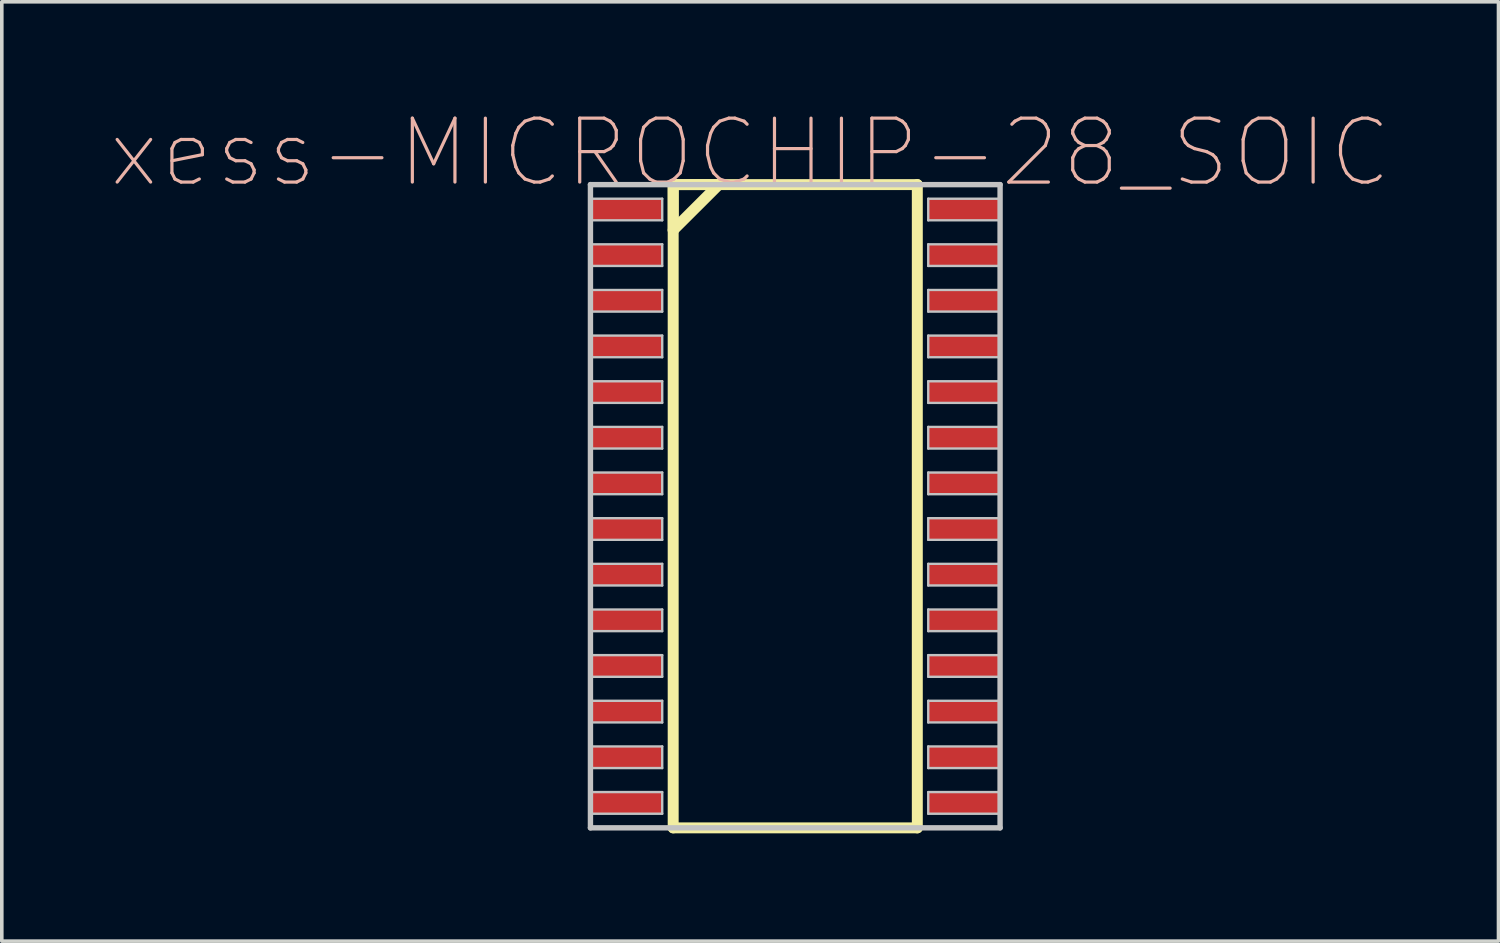
<source format=kicad_pcb>
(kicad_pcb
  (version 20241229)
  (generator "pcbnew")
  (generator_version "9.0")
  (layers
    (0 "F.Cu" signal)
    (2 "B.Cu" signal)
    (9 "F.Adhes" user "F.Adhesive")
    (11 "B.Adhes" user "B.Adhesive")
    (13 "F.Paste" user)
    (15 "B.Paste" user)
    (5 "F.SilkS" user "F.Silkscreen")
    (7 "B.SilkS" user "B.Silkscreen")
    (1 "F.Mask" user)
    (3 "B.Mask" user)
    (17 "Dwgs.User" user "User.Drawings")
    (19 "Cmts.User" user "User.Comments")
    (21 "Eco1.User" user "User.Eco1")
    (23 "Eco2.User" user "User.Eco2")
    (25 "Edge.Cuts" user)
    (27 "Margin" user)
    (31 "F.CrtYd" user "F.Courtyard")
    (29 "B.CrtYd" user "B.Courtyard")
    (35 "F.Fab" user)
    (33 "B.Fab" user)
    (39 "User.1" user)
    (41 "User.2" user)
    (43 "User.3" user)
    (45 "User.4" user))
  (footprint "xess-MICROCHIP-28_SOIC"
    (layer "F.Cu")
    (at 14.876 2.779)
    (property "Reference" "xess-MICROCHIP-28_SOIC" (at 2.944 -1.582 0) (layer "B.SilkS") (effects (font (size 1.778 1.778) (thickness 0.089))))
    (attr smd)
    (fp_line (start 0.803 -0.693) (end 0.803 0.574) (stroke (width 0.305) (type solid)) (layer "F.SilkS"))
    (fp_line (start 0.803 -0.693) (end 0.803 17.203) (stroke (width 0.305) (type solid)) (layer "F.SilkS"))
    (fp_line (start 0.803 0.574) (end 2.073 -0.693) (stroke (width 0.305) (type solid)) (layer "F.SilkS"))
    (fp_line (start 0.803 17.203) (end 7.595 17.203) (stroke (width 0.305) (type solid)) (layer "F.SilkS"))
    (fp_line (start 2.073 -0.693) (end 0.803 -0.693) (stroke (width 0.305) (type solid)) (layer "F.SilkS"))
    (fp_line (start 7.595 -0.693) (end 0.803 -0.693) (stroke (width 0.305) (type solid)) (layer "F.SilkS"))
    (fp_line (start 7.595 17.203) (end 7.595 -0.693) (stroke (width 0.305) (type solid)) (layer "F.SilkS"))
    (fp_line (start -1.499 -0.693) (end -1.499 17.203) (stroke (width 0.15) (type solid)) (layer "Dwgs.User"))
    (fp_line (start -1.499 -0.3) (end 0.498 -0.3) (stroke (width 0.066) (type solid)) (layer "Dwgs.User"))
    (fp_line (start -1.499 0.3) (end -1.499 -0.3) (stroke (width 0.066) (type solid)) (layer "Dwgs.User"))
    (fp_line (start -1.499 0.3) (end 0.498 0.3) (stroke (width 0.066) (type solid)) (layer "Dwgs.User"))
    (fp_line (start -1.499 0.968) (end 0.498 0.968) (stroke (width 0.066) (type solid)) (layer "Dwgs.User"))
    (fp_line (start -1.499 1.57) (end -1.499 0.968) (stroke (width 0.066) (type solid)) (layer "Dwgs.User"))
    (fp_line (start -1.499 1.57) (end 0.498 1.57) (stroke (width 0.066) (type solid)) (layer "Dwgs.User"))
    (fp_line (start -1.499 2.238) (end 0.498 2.238) (stroke (width 0.066) (type solid)) (layer "Dwgs.User"))
    (fp_line (start -1.499 2.84) (end -1.499 2.238) (stroke (width 0.066) (type solid)) (layer "Dwgs.User"))
    (fp_line (start -1.499 2.84) (end 0.498 2.84) (stroke (width 0.066) (type solid)) (layer "Dwgs.User"))
    (fp_line (start -1.499 3.508) (end 0.498 3.508) (stroke (width 0.066) (type solid)) (layer "Dwgs.User"))
    (fp_line (start -1.499 4.11) (end -1.499 3.508) (stroke (width 0.066) (type solid)) (layer "Dwgs.User"))
    (fp_line (start -1.499 4.11) (end 0.498 4.11) (stroke (width 0.066) (type solid)) (layer "Dwgs.User"))
    (fp_line (start -1.499 4.778) (end 0.498 4.778) (stroke (width 0.066) (type solid)) (layer "Dwgs.User"))
    (fp_line (start -1.499 5.38) (end -1.499 4.778) (stroke (width 0.066) (type solid)) (layer "Dwgs.User"))
    (fp_line (start -1.499 5.38) (end 0.498 5.38) (stroke (width 0.066) (type solid)) (layer "Dwgs.User"))
    (fp_line (start -1.499 6.048) (end 0.498 6.048) (stroke (width 0.066) (type solid)) (layer "Dwgs.User"))
    (fp_line (start -1.499 6.65) (end -1.499 6.048) (stroke (width 0.066) (type solid)) (layer "Dwgs.User"))
    (fp_line (start -1.499 6.65) (end 0.498 6.65) (stroke (width 0.066) (type solid)) (layer "Dwgs.User"))
    (fp_line (start -1.499 7.318) (end 0.498 7.318) (stroke (width 0.066) (type solid)) (layer "Dwgs.User"))
    (fp_line (start -1.499 7.92) (end -1.499 7.318) (stroke (width 0.066) (type solid)) (layer "Dwgs.User"))
    (fp_line (start -1.499 7.92) (end 0.498 7.92) (stroke (width 0.066) (type solid)) (layer "Dwgs.User"))
    (fp_line (start -1.499 8.588) (end 0.498 8.588) (stroke (width 0.066) (type solid)) (layer "Dwgs.User"))
    (fp_line (start -1.499 9.19) (end -1.499 8.588) (stroke (width 0.066) (type solid)) (layer "Dwgs.User"))
    (fp_line (start -1.499 9.19) (end 0.498 9.19) (stroke (width 0.066) (type solid)) (layer "Dwgs.User"))
    (fp_line (start -1.499 9.858) (end 0.498 9.858) (stroke (width 0.066) (type solid)) (layer "Dwgs.User"))
    (fp_line (start -1.499 10.46) (end -1.499 9.858) (stroke (width 0.066) (type solid)) (layer "Dwgs.User"))
    (fp_line (start -1.499 10.46) (end 0.498 10.46) (stroke (width 0.066) (type solid)) (layer "Dwgs.User"))
    (fp_line (start -1.499 11.128) (end 0.498 11.128) (stroke (width 0.066) (type solid)) (layer "Dwgs.User"))
    (fp_line (start -1.499 11.73) (end -1.499 11.128) (stroke (width 0.066) (type solid)) (layer "Dwgs.User"))
    (fp_line (start -1.499 11.73) (end 0.498 11.73) (stroke (width 0.066) (type solid)) (layer "Dwgs.User"))
    (fp_line (start -1.499 12.398) (end 0.498 12.398) (stroke (width 0.066) (type solid)) (layer "Dwgs.User"))
    (fp_line (start -1.499 13) (end -1.499 12.398) (stroke (width 0.066) (type solid)) (layer "Dwgs.User"))
    (fp_line (start -1.499 13) (end 0.498 13) (stroke (width 0.066) (type solid)) (layer "Dwgs.User"))
    (fp_line (start -1.499 13.668) (end 0.498 13.668) (stroke (width 0.066) (type solid)) (layer "Dwgs.User"))
    (fp_line (start -1.499 14.27) (end -1.499 13.668) (stroke (width 0.066) (type solid)) (layer "Dwgs.User"))
    (fp_line (start -1.499 14.27) (end 0.498 14.27) (stroke (width 0.066) (type solid)) (layer "Dwgs.User"))
    (fp_line (start -1.499 14.938) (end 0.498 14.938) (stroke (width 0.066) (type solid)) (layer "Dwgs.User"))
    (fp_line (start -1.499 15.54) (end -1.499 14.938) (stroke (width 0.066) (type solid)) (layer "Dwgs.User"))
    (fp_line (start -1.499 15.54) (end 0.498 15.54) (stroke (width 0.066) (type solid)) (layer "Dwgs.User"))
    (fp_line (start -1.499 16.208) (end 0.498 16.208) (stroke (width 0.066) (type solid)) (layer "Dwgs.User"))
    (fp_line (start -1.499 16.81) (end -1.499 16.208) (stroke (width 0.066) (type solid)) (layer "Dwgs.User"))
    (fp_line (start -1.499 16.81) (end 0.498 16.81) (stroke (width 0.066) (type solid)) (layer "Dwgs.User"))
    (fp_line (start -1.499 17.203) (end 9.898 17.203) (stroke (width 0.15) (type solid)) (layer "Dwgs.User"))
    (fp_line (start 0.498 0.3) (end 0.498 -0.3) (stroke (width 0.066) (type solid)) (layer "Dwgs.User"))
    (fp_line (start 0.498 1.57) (end 0.498 0.968) (stroke (width 0.066) (type solid)) (layer "Dwgs.User"))
    (fp_line (start 0.498 2.84) (end 0.498 2.238) (stroke (width 0.066) (type solid)) (layer "Dwgs.User"))
    (fp_line (start 0.498 4.11) (end 0.498 3.508) (stroke (width 0.066) (type solid)) (layer "Dwgs.User"))
    (fp_line (start 0.498 5.38) (end 0.498 4.778) (stroke (width 0.066) (type solid)) (layer "Dwgs.User"))
    (fp_line (start 0.498 6.65) (end 0.498 6.048) (stroke (width 0.066) (type solid)) (layer "Dwgs.User"))
    (fp_line (start 0.498 7.92) (end 0.498 7.318) (stroke (width 0.066) (type solid)) (layer "Dwgs.User"))
    (fp_line (start 0.498 9.19) (end 0.498 8.588) (stroke (width 0.066) (type solid)) (layer "Dwgs.User"))
    (fp_line (start 0.498 10.46) (end 0.498 9.858) (stroke (width 0.066) (type solid)) (layer "Dwgs.User"))
    (fp_line (start 0.498 11.73) (end 0.498 11.128) (stroke (width 0.066) (type solid)) (layer "Dwgs.User"))
    (fp_line (start 0.498 13) (end 0.498 12.398) (stroke (width 0.066) (type solid)) (layer "Dwgs.User"))
    (fp_line (start 0.498 14.27) (end 0.498 13.668) (stroke (width 0.066) (type solid)) (layer "Dwgs.User"))
    (fp_line (start 0.498 15.54) (end 0.498 14.938) (stroke (width 0.066) (type solid)) (layer "Dwgs.User"))
    (fp_line (start 0.498 16.81) (end 0.498 16.208) (stroke (width 0.066) (type solid)) (layer "Dwgs.User"))
    (fp_line (start 7.899 -0.3) (end 9.898 -0.3) (stroke (width 0.066) (type solid)) (layer "Dwgs.User"))
    (fp_line (start 7.899 0.3) (end 7.899 -0.3) (stroke (width 0.066) (type solid)) (layer "Dwgs.User"))
    (fp_line (start 7.899 0.3) (end 9.898 0.3) (stroke (width 0.066) (type solid)) (layer "Dwgs.User"))
    (fp_line (start 7.899 0.968) (end 9.898 0.968) (stroke (width 0.066) (type solid)) (layer "Dwgs.User"))
    (fp_line (start 7.899 1.57) (end 7.899 0.968) (stroke (width 0.066) (type solid)) (layer "Dwgs.User"))
    (fp_line (start 7.899 1.57) (end 9.898 1.57) (stroke (width 0.066) (type solid)) (layer "Dwgs.User"))
    (fp_line (start 7.899 2.238) (end 9.898 2.238) (stroke (width 0.066) (type solid)) (layer "Dwgs.User"))
    (fp_line (start 7.899 2.84) (end 7.899 2.238) (stroke (width 0.066) (type solid)) (layer "Dwgs.User"))
    (fp_line (start 7.899 2.84) (end 9.898 2.84) (stroke (width 0.066) (type solid)) (layer "Dwgs.User"))
    (fp_line (start 7.899 3.508) (end 9.898 3.508) (stroke (width 0.066) (type solid)) (layer "Dwgs.User"))
    (fp_line (start 7.899 4.11) (end 7.899 3.508) (stroke (width 0.066) (type solid)) (layer "Dwgs.User"))
    (fp_line (start 7.899 4.11) (end 9.898 4.11) (stroke (width 0.066) (type solid)) (layer "Dwgs.User"))
    (fp_line (start 7.899 4.778) (end 9.898 4.778) (stroke (width 0.066) (type solid)) (layer "Dwgs.User"))
    (fp_line (start 7.899 5.38) (end 7.899 4.778) (stroke (width 0.066) (type solid)) (layer "Dwgs.User"))
    (fp_line (start 7.899 5.38) (end 9.898 5.38) (stroke (width 0.066) (type solid)) (layer "Dwgs.User"))
    (fp_line (start 7.899 6.048) (end 9.898 6.048) (stroke (width 0.066) (type solid)) (layer "Dwgs.User"))
    (fp_line (start 7.899 6.65) (end 7.899 6.048) (stroke (width 0.066) (type solid)) (layer "Dwgs.User"))
    (fp_line (start 7.899 6.65) (end 9.898 6.65) (stroke (width 0.066) (type solid)) (layer "Dwgs.User"))
    (fp_line (start 7.899 7.318) (end 9.898 7.318) (stroke (width 0.066) (type solid)) (layer "Dwgs.User"))
    (fp_line (start 7.899 7.92) (end 7.899 7.318) (stroke (width 0.066) (type solid)) (layer "Dwgs.User"))
    (fp_line (start 7.899 7.92) (end 9.898 7.92) (stroke (width 0.066) (type solid)) (layer "Dwgs.User"))
    (fp_line (start 7.899 8.588) (end 9.898 8.588) (stroke (width 0.066) (type solid)) (layer "Dwgs.User"))
    (fp_line (start 7.899 9.19) (end 7.899 8.588) (stroke (width 0.066) (type solid)) (layer "Dwgs.User"))
    (fp_line (start 7.899 9.19) (end 9.898 9.19) (stroke (width 0.066) (type solid)) (layer "Dwgs.User"))
    (fp_line (start 7.899 9.858) (end 9.898 9.858) (stroke (width 0.066) (type solid)) (layer "Dwgs.User"))
    (fp_line (start 7.899 10.46) (end 7.899 9.858) (stroke (width 0.066) (type solid)) (layer "Dwgs.User"))
    (fp_line (start 7.899 10.46) (end 9.898 10.46) (stroke (width 0.066) (type solid)) (layer "Dwgs.User"))
    (fp_line (start 7.899 11.128) (end 9.898 11.128) (stroke (width 0.066) (type solid)) (layer "Dwgs.User"))
    (fp_line (start 7.899 11.73) (end 7.899 11.128) (stroke (width 0.066) (type solid)) (layer "Dwgs.User"))
    (fp_line (start 7.899 11.73) (end 9.898 11.73) (stroke (width 0.066) (type solid)) (layer "Dwgs.User"))
    (fp_line (start 7.899 12.398) (end 9.898 12.398) (stroke (width 0.066) (type solid)) (layer "Dwgs.User"))
    (fp_line (start 7.899 13) (end 7.899 12.398) (stroke (width 0.066) (type solid)) (layer "Dwgs.User"))
    (fp_line (start 7.899 13) (end 9.898 13) (stroke (width 0.066) (type solid)) (layer "Dwgs.User"))
    (fp_line (start 7.899 13.668) (end 9.898 13.668) (stroke (width 0.066) (type solid)) (layer "Dwgs.User"))
    (fp_line (start 7.899 14.27) (end 7.899 13.668) (stroke (width 0.066) (type solid)) (layer "Dwgs.User"))
    (fp_line (start 7.899 14.27) (end 9.898 14.27) (stroke (width 0.066) (type solid)) (layer "Dwgs.User"))
    (fp_line (start 7.899 14.938) (end 9.898 14.938) (stroke (width 0.066) (type solid)) (layer "Dwgs.User"))
    (fp_line (start 7.899 15.54) (end 7.899 14.938) (stroke (width 0.066) (type solid)) (layer "Dwgs.User"))
    (fp_line (start 7.899 15.54) (end 9.898 15.54) (stroke (width 0.066) (type solid)) (layer "Dwgs.User"))
    (fp_line (start 7.899 16.208) (end 9.898 16.208) (stroke (width 0.066) (type solid)) (layer "Dwgs.User"))
    (fp_line (start 7.899 16.81) (end 7.899 16.208) (stroke (width 0.066) (type solid)) (layer "Dwgs.User"))
    (fp_line (start 7.899 16.81) (end 9.898 16.81) (stroke (width 0.066) (type solid)) (layer "Dwgs.User"))
    (fp_line (start 9.898 -0.693) (end -1.499 -0.693) (stroke (width 0.15) (type solid)) (layer "Dwgs.User"))
    (fp_line (start 9.898 0.3) (end 9.898 -0.3) (stroke (width 0.066) (type solid)) (layer "Dwgs.User"))
    (fp_line (start 9.898 1.57) (end 9.898 0.968) (stroke (width 0.066) (type solid)) (layer "Dwgs.User"))
    (fp_line (start 9.898 2.84) (end 9.898 2.238) (stroke (width 0.066) (type solid)) (layer "Dwgs.User"))
    (fp_line (start 9.898 4.11) (end 9.898 3.508) (stroke (width 0.066) (type solid)) (layer "Dwgs.User"))
    (fp_line (start 9.898 5.38) (end 9.898 4.778) (stroke (width 0.066) (type solid)) (layer "Dwgs.User"))
    (fp_line (start 9.898 6.65) (end 9.898 6.048) (stroke (width 0.066) (type solid)) (layer "Dwgs.User"))
    (fp_line (start 9.898 7.92) (end 9.898 7.318) (stroke (width 0.066) (type solid)) (layer "Dwgs.User"))
    (fp_line (start 9.898 9.19) (end 9.898 8.588) (stroke (width 0.066) (type solid)) (layer "Dwgs.User"))
    (fp_line (start 9.898 10.46) (end 9.898 9.858) (stroke (width 0.066) (type solid)) (layer "Dwgs.User"))
    (fp_line (start 9.898 11.73) (end 9.898 11.128) (stroke (width 0.066) (type solid)) (layer "Dwgs.User"))
    (fp_line (start 9.898 13) (end 9.898 12.398) (stroke (width 0.066) (type solid)) (layer "Dwgs.User"))
    (fp_line (start 9.898 14.27) (end 9.898 13.668) (stroke (width 0.066) (type solid)) (layer "Dwgs.User"))
    (fp_line (start 9.898 15.54) (end 9.898 14.938) (stroke (width 0.066) (type solid)) (layer "Dwgs.User"))
    (fp_line (start 9.898 16.81) (end 9.898 16.208) (stroke (width 0.066) (type solid)) (layer "Dwgs.User"))
    (fp_line (start 9.898 17.203) (end 9.898 -0.693) (stroke (width 0.15) (type solid)) (layer "Dwgs.User"))
    (pad "1" smd rect (at -0.498 0) (size 1.999 0.599) (layers "F.Cu" "F.Mask" "F.Paste"))
    (pad "2" smd rect (at -0.498 1.27) (size 1.999 0.599) (layers "F.Cu" "F.Mask" "F.Paste"))
    (pad "3" smd rect (at -0.498 2.54) (size 1.999 0.599) (layers "F.Cu" "F.Mask" "F.Paste"))
    (pad "4" smd rect (at -0.498 3.81) (size 1.999 0.599) (layers "F.Cu" "F.Mask" "F.Paste"))
    (pad "5" smd rect (at -0.498 5.08) (size 1.999 0.599) (layers "F.Cu" "F.Mask" "F.Paste"))
    (pad "6" smd rect (at -0.498 6.35) (size 1.999 0.599) (layers "F.Cu" "F.Mask" "F.Paste"))
    (pad "7" smd rect (at -0.498 7.62) (size 1.999 0.599) (layers "F.Cu" "F.Mask" "F.Paste"))
    (pad "8" smd rect (at -0.498 8.89) (size 1.999 0.599) (layers "F.Cu" "F.Mask" "F.Paste"))
    (pad "9" smd rect (at -0.498 10.16) (size 1.999 0.599) (layers "F.Cu" "F.Mask" "F.Paste"))
    (pad "10" smd rect (at -0.498 11.43) (size 1.999 0.599) (layers "F.Cu" "F.Mask" "F.Paste"))
    (pad "11" smd rect (at -0.498 12.7) (size 1.999 0.599) (layers "F.Cu" "F.Mask" "F.Paste"))
    (pad "12" smd rect (at -0.498 13.97) (size 1.999 0.599) (layers "F.Cu" "F.Mask" "F.Paste"))
    (pad "13" smd rect (at -0.498 15.24) (size 1.999 0.599) (layers "F.Cu" "F.Mask" "F.Paste"))
    (pad "14" smd rect (at -0.498 16.51) (size 1.999 0.599) (layers "F.Cu" "F.Mask" "F.Paste"))
    (pad "15" smd rect (at 8.898 16.51) (size 1.999 0.599) (layers "F.Cu" "F.Mask" "F.Paste"))
    (pad "16" smd rect (at 8.898 15.24) (size 1.999 0.599) (layers "F.Cu" "F.Mask" "F.Paste"))
    (pad "17" smd rect (at 8.898 13.97) (size 1.999 0.599) (layers "F.Cu" "F.Mask" "F.Paste"))
    (pad "18" smd rect (at 8.898 12.7) (size 1.999 0.599) (layers "F.Cu" "F.Mask" "F.Paste"))
    (pad "19" smd rect (at 8.898 11.43) (size 1.999 0.599) (layers "F.Cu" "F.Mask" "F.Paste"))
    (pad "20" smd rect (at 8.898 10.16) (size 1.999 0.599) (layers "F.Cu" "F.Mask" "F.Paste"))
    (pad "21" smd rect (at 8.898 8.89) (size 1.999 0.599) (layers "F.Cu" "F.Mask" "F.Paste"))
    (pad "22" smd rect (at 8.898 7.62) (size 1.999 0.599) (layers "F.Cu" "F.Mask" "F.Paste"))
    (pad "23" smd rect (at 8.898 6.35) (size 1.999 0.599) (layers "F.Cu" "F.Mask" "F.Paste"))
    (pad "24" smd rect (at 8.898 5.08) (size 1.999 0.599) (layers "F.Cu" "F.Mask" "F.Paste"))
    (pad "25" smd rect (at 8.898 3.81) (size 1.999 0.599) (layers "F.Cu" "F.Mask" "F.Paste"))
    (pad "26" smd rect (at 8.898 2.54) (size 1.999 0.599) (layers "F.Cu" "F.Mask" "F.Paste"))
    (pad "27" smd rect (at 8.898 1.27) (size 1.999 0.599) (layers "F.Cu" "F.Mask" "F.Paste"))
    (pad "28" smd rect (at 8.898 0) (size 1.999 0.599) (layers "F.Cu" "F.Mask" "F.Paste")))
  (gr_rect
    (start -3 -3)
    (end 38.64 23.134)
    (stroke (width 0.1) (type default))
    (fill no)
    (layer "Edge.Cuts")))
</source>
